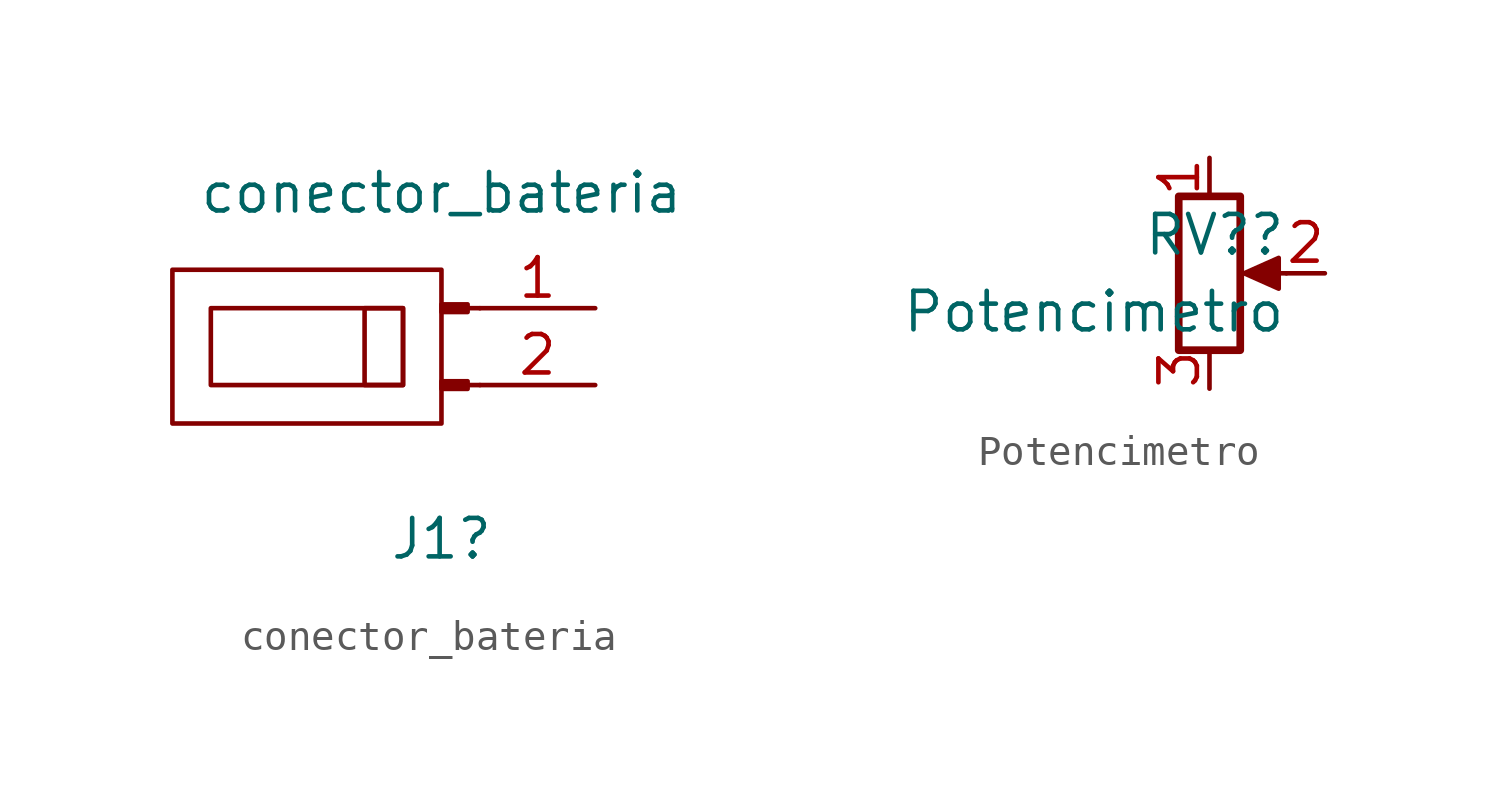
<source format=kicad_sym>
(kicad_symbol_lib
  (version 20211014)
  (generator kicad_symbol_editor)
  (symbol "conector_bateria"
    (pin_names
      (offset 1.016) hide)
    (property "Reference" "J1"
      (at 0 -7.62 0)
      (effects (font (size 1.27 1.27))))
    (property "Value" "conector_bateria"
      (at 0 3.81 0)
      (effects (font (size 1.27 1.27))))
    (symbol "conector_bateria_0_1"
      (rectangle (start -8.89 1.27) (end 0 -3.81) (stroke (width 0) (type default) (color 0 0 0 0)) (fill (type none)))
      (rectangle (start -7.62 0) (end -1.27 -2.54) (stroke (width 0) (type default) (color 0 0 0 0)) (fill (type none)))
      (rectangle (start -2.54 0) (end -1.27 -2.54) (stroke (width 0) (type default) (color 0 0 0 0)) (fill (type none))))
    (symbol "conector_bateria_1_1"
      (polyline (pts (xy 1.27 -2.54) (xy 0.864 -2.54)) (stroke (width 0.152) (type default) (color 0 0 0 0)) (fill (type none)))
      (polyline (pts (xy 1.27 0) (xy 0.864 0)) (stroke (width 0.152) (type default) (color 0 0 0 0)) (fill (type none)))
      (rectangle (start 0.864 -2.413) (end 0 -2.667) (stroke (width 0.152) (type default) (color 0 0 0 0)) (fill (type outline)))
      (rectangle (start 0.864 0.127) (end 0 -0.127) (stroke (width 0.152) (type default) (color 0 0 0 0)) (fill (type outline)))
      (pin passive line (at 5.08 0 180) (length 3.81) (name "Pin_1" (effects (font (size 1.27 1.27)))) (number "1" (effects (font (size 1.27 1.27)))))
      (pin passive line (at 5.08 -2.54 180) (length 3.81) (name "Pin_2" (effects (font (size 1.27 1.27)))) (number "2" (effects (font (size 1.27 1.27)))))))
  (symbol "Potencimetro"
    (pin_names
      (offset 1.016) hide)
    (property "Reference" "RV?"
      (at 2.54 1.27 0)
      (effects (font (size 1.27 1.27)) (justify right)))
    (property "Value" "Potencimetro"
      (at 2.54 -1.27 0)
      (effects (font (size 1.27 1.27)) (justify right)))
    (symbol "Potencimetro_0_1"
      (polyline (pts (xy 2.54 0) (xy 1.524 0)) (stroke (width 0) (type default) (color 0 0 0 0)) (fill (type none)))
      (polyline (pts (xy 1.143 0) (xy 2.286 0.508) (xy 2.286 -0.508) (xy 1.143 0)) (stroke (width 0) (type default) (color 0 0 0 0)) (fill (type outline)))
      (rectangle (start 1.016 2.54) (end -1.016 -2.54) (stroke (width 0.254) (type default) (color 0 0 0 0)) (fill (type none))))
    (symbol "Potencimetro_1_1"
      (pin passive line (at 0 3.81 270) (length 1.27) (name "1" (effects (font (size 1.27 1.27)))) (number "1" (effects (font (size 1.27 1.27)))))
      (pin passive line (at 3.81 0 180) (length 1.27) (name "2" (effects (font (size 1.27 1.27)))) (number "2" (effects (font (size 1.27 1.27)))))
      (pin passive line (at 0 -3.81 90) (length 1.27) (name "3" (effects (font (size 1.27 1.27)))) (number "3" (effects (font (size 1.27 1.27))))))))
</source>
